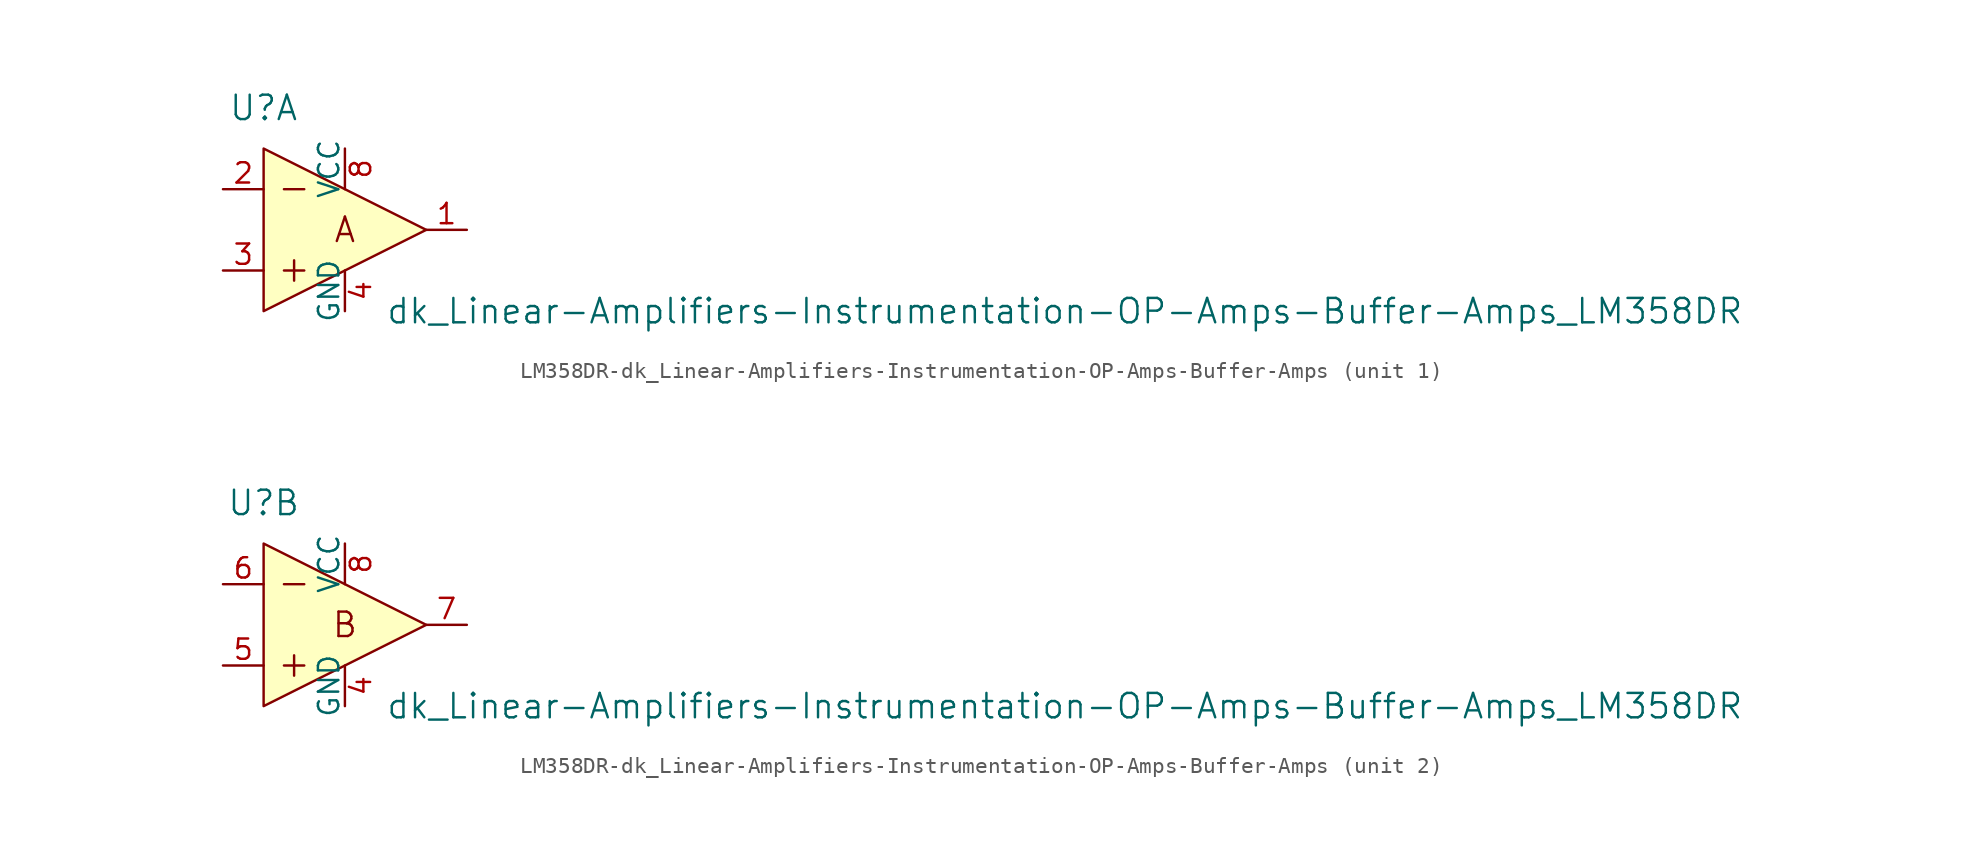
<source format=kicad_sym>
(kicad_symbol_lib
  (version 20220914)
  (generator kicad_symbol_editor)
  (symbol "LM358DR-dk_Linear-Amplifiers-Instrumentation-OP-Amps-Buffer-Amps"
    (pin_names
      (offset 0))
    (property "Reference" "U"
      (at -5.08 7.62 0)
      (effects (font (size 1.524 1.524))))
    (property "Value" "dk_Linear-Amplifiers-Instrumentation-OP-Amps-Buffer-Amps_LM358DR"
      (at 2.54 -5.08 0)
      (effects (font (size 1.524 1.524)) (justify left)))
    (property "ki_locked" ""
      (at 0 0 0)
      (effects (font (size 1.27 1.27))))
    (symbol "LM358DR-dk_Linear-Amplifiers-Instrumentation-OP-Amps-Buffer-Amps_0_0"
      (polyline (pts (xy -3.81 -2.54) (xy -2.54 -2.54)) (stroke (width 0) (type solid)) (fill (type none)))
      (polyline (pts (xy -3.81 2.54) (xy -2.54 2.54)) (stroke (width 0) (type solid)) (fill (type none)))
      (polyline (pts (xy -3.175 -1.905) (xy -3.175 -3.175)) (stroke (width 0) (type solid)) (fill (type none)))
      (polyline (pts (xy -5.08 5.08) (xy -5.08 -5.08) (xy 5.08 0) (xy -5.08 5.08)) (stroke (width 0) (type solid)) (fill (type background))))
    (symbol "LM358DR-dk_Linear-Amplifiers-Instrumentation-OP-Amps-Buffer-Amps_1_0"
      (text "A" (at 0 0 0) (effects (font (size 1.524 1.524)))))
    (symbol "LM358DR-dk_Linear-Amplifiers-Instrumentation-OP-Amps-Buffer-Amps_1_1"
      (pin output line (at 7.62 0 180) (length 2.54) (name "~" (effects (font (size 1.27 1.27)))) (number "1" (effects (font (size 1.27 1.27)))))
      (pin input line (at -7.62 2.54 0) (length 2.54) (name "~" (effects (font (size 1.27 1.27)))) (number "2" (effects (font (size 1.27 1.27)))))
      (pin input line (at -7.62 -2.54 0) (length 2.54) (name "~" (effects (font (size 1.27 1.27)))) (number "3" (effects (font (size 1.27 1.27)))))
      (pin power_in line (at 0 -5.08 90) (length 2.54) (name "GND" (effects (font (size 1.27 1.27)))) (number "4" (effects (font (size 1.27 1.27)))))
      (pin power_in line (at 0 5.08 270) (length 2.54) (name "VCC" (effects (font (size 1.27 1.27)))) (number "8" (effects (font (size 1.27 1.27))))))
    (symbol "LM358DR-dk_Linear-Amplifiers-Instrumentation-OP-Amps-Buffer-Amps_2_0"
      (text "B" (at 0 0 0) (effects (font (size 1.524 1.524)))))
    (symbol "LM358DR-dk_Linear-Amplifiers-Instrumentation-OP-Amps-Buffer-Amps_2_1"
      (pin power_in line (at 0 -5.08 90) (length 2.54) (name "GND" (effects (font (size 1.27 1.27)))) (number "4" (effects (font (size 1.27 1.27)))))
      (pin input line (at -7.62 -2.54 0) (length 2.54) (name "~" (effects (font (size 1.27 1.27)))) (number "5" (effects (font (size 1.27 1.27)))))
      (pin input line (at -7.62 2.54 0) (length 2.54) (name "~" (effects (font (size 1.27 1.27)))) (number "6" (effects (font (size 1.27 1.27)))))
      (pin output line (at 7.62 0 180) (length 2.54) (name "~" (effects (font (size 1.27 1.27)))) (number "7" (effects (font (size 1.27 1.27)))))
      (pin power_in line (at 0 5.08 270) (length 2.54) (name "VCC" (effects (font (size 1.27 1.27)))) (number "8" (effects (font (size 1.27 1.27))))))))
</source>
